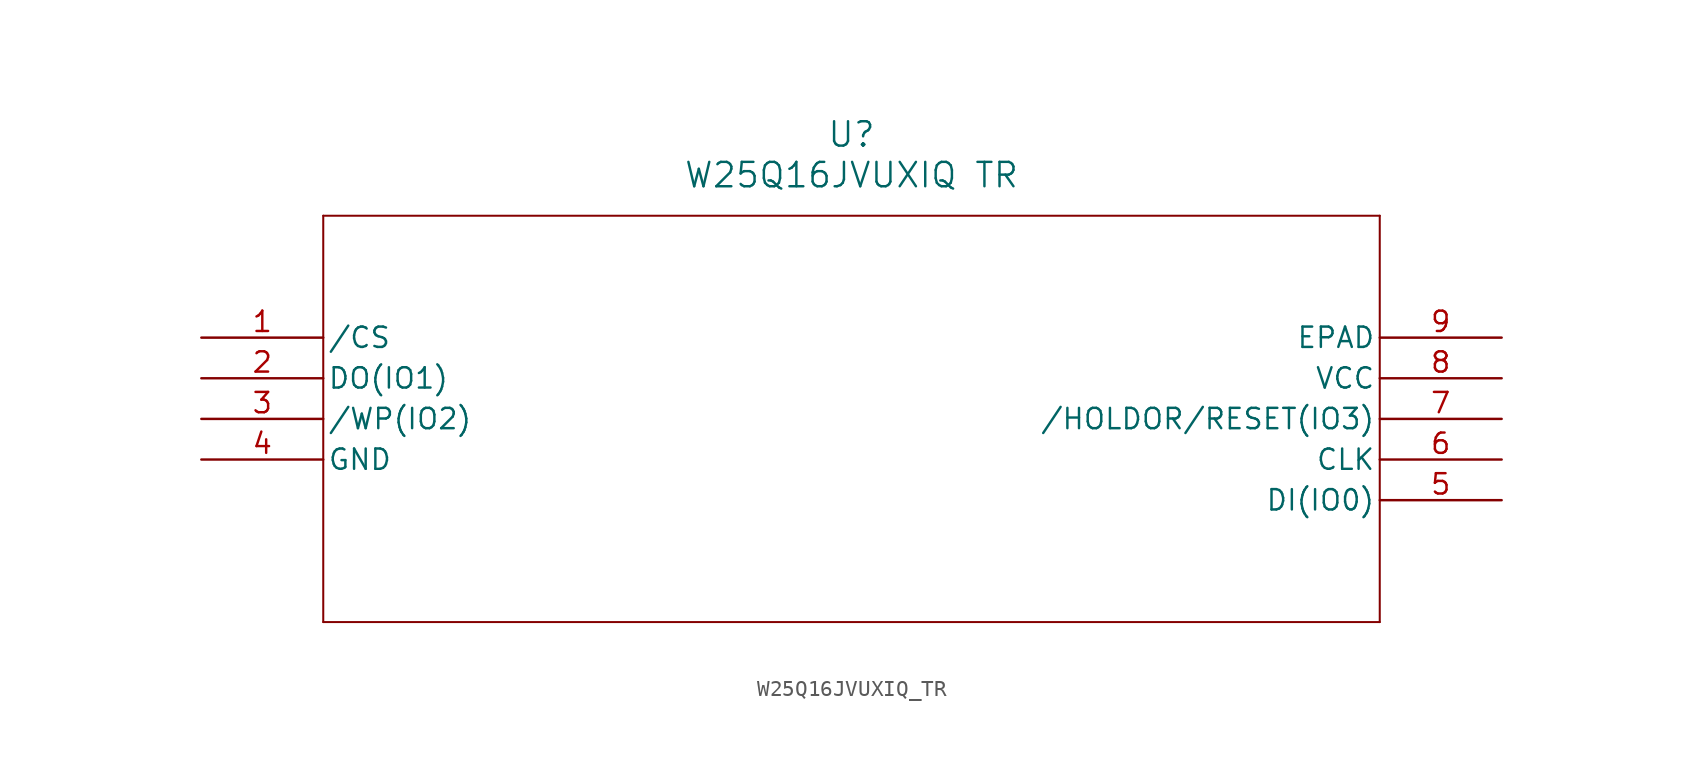
<source format=kicad_sym>
(kicad_symbol_lib
  (version 20231120)
  (generator "kicad_symbol_editor")
  (generator_version "8.0")
  (symbol "W25Q16JVUXIQ_TR"
    (pin_names
      (offset 0.254))
    (property "Reference" "U"
      (at 40.64 12.7 0)
      (effects (font (size 1.524 1.524))))
    (property "Value" "W25Q16JVUXIQ TR"
      (at 40.64 10.16 0)
      (effects (font (size 1.524 1.524))))
    (property "ki_locked" ""
      (at 0 0 0)
      (effects (font (size 1.27 1.27))))
    (symbol "W25Q16JVUXIQ_TR_0_1"
      (polyline (pts (xy 7.62 -17.78) (xy 73.66 -17.78)) (stroke (width 0.127) (type default)) (fill (type none)))
      (polyline (pts (xy 7.62 7.62) (xy 7.62 -17.78)) (stroke (width 0.127) (type default)) (fill (type none)))
      (polyline (pts (xy 73.66 -17.78) (xy 73.66 7.62)) (stroke (width 0.127) (type default)) (fill (type none)))
      (polyline (pts (xy 73.66 7.62) (xy 7.62 7.62)) (stroke (width 0.127) (type default)) (fill (type none)))
      (pin unspecified line (at 81.28 0 180) (length 7.62) (name "EPAD" (effects (font (size 1.27 1.27)))) (number "9" (effects (font (size 1.27 1.27))))))
    (symbol "W25Q16JVUXIQ_TR_1_1"
      (pin input line (at 0 0 0) (length 7.62) (name "/CS" (effects (font (size 1.27 1.27)))) (number "1" (effects (font (size 1.27 1.27)))))
      (pin bidirectional line (at 0 -2.54 0) (length 7.62) (name "DO(IO1)" (effects (font (size 1.27 1.27)))) (number "2" (effects (font (size 1.27 1.27)))))
      (pin bidirectional line (at 0 -5.08 0) (length 7.62) (name "/WP(IO2)" (effects (font (size 1.27 1.27)))) (number "3" (effects (font (size 1.27 1.27)))))
      (pin power_in line (at 0 -7.62 0) (length 7.62) (name "GND" (effects (font (size 1.27 1.27)))) (number "4" (effects (font (size 1.27 1.27)))))
      (pin bidirectional line (at 81.28 -10.16 180) (length 7.62) (name "DI(IO0)" (effects (font (size 1.27 1.27)))) (number "5" (effects (font (size 1.27 1.27)))))
      (pin input line (at 81.28 -7.62 180) (length 7.62) (name "CLK" (effects (font (size 1.27 1.27)))) (number "6" (effects (font (size 1.27 1.27)))))
      (pin bidirectional line (at 81.28 -5.08 180) (length 7.62) (name "/HOLDOR/RESET(IO3)" (effects (font (size 1.27 1.27)))) (number "7" (effects (font (size 1.27 1.27)))))
      (pin power_in line (at 81.28 -2.54 180) (length 7.62) (name "VCC" (effects (font (size 1.27 1.27)))) (number "8" (effects (font (size 1.27 1.27))))))))
</source>
